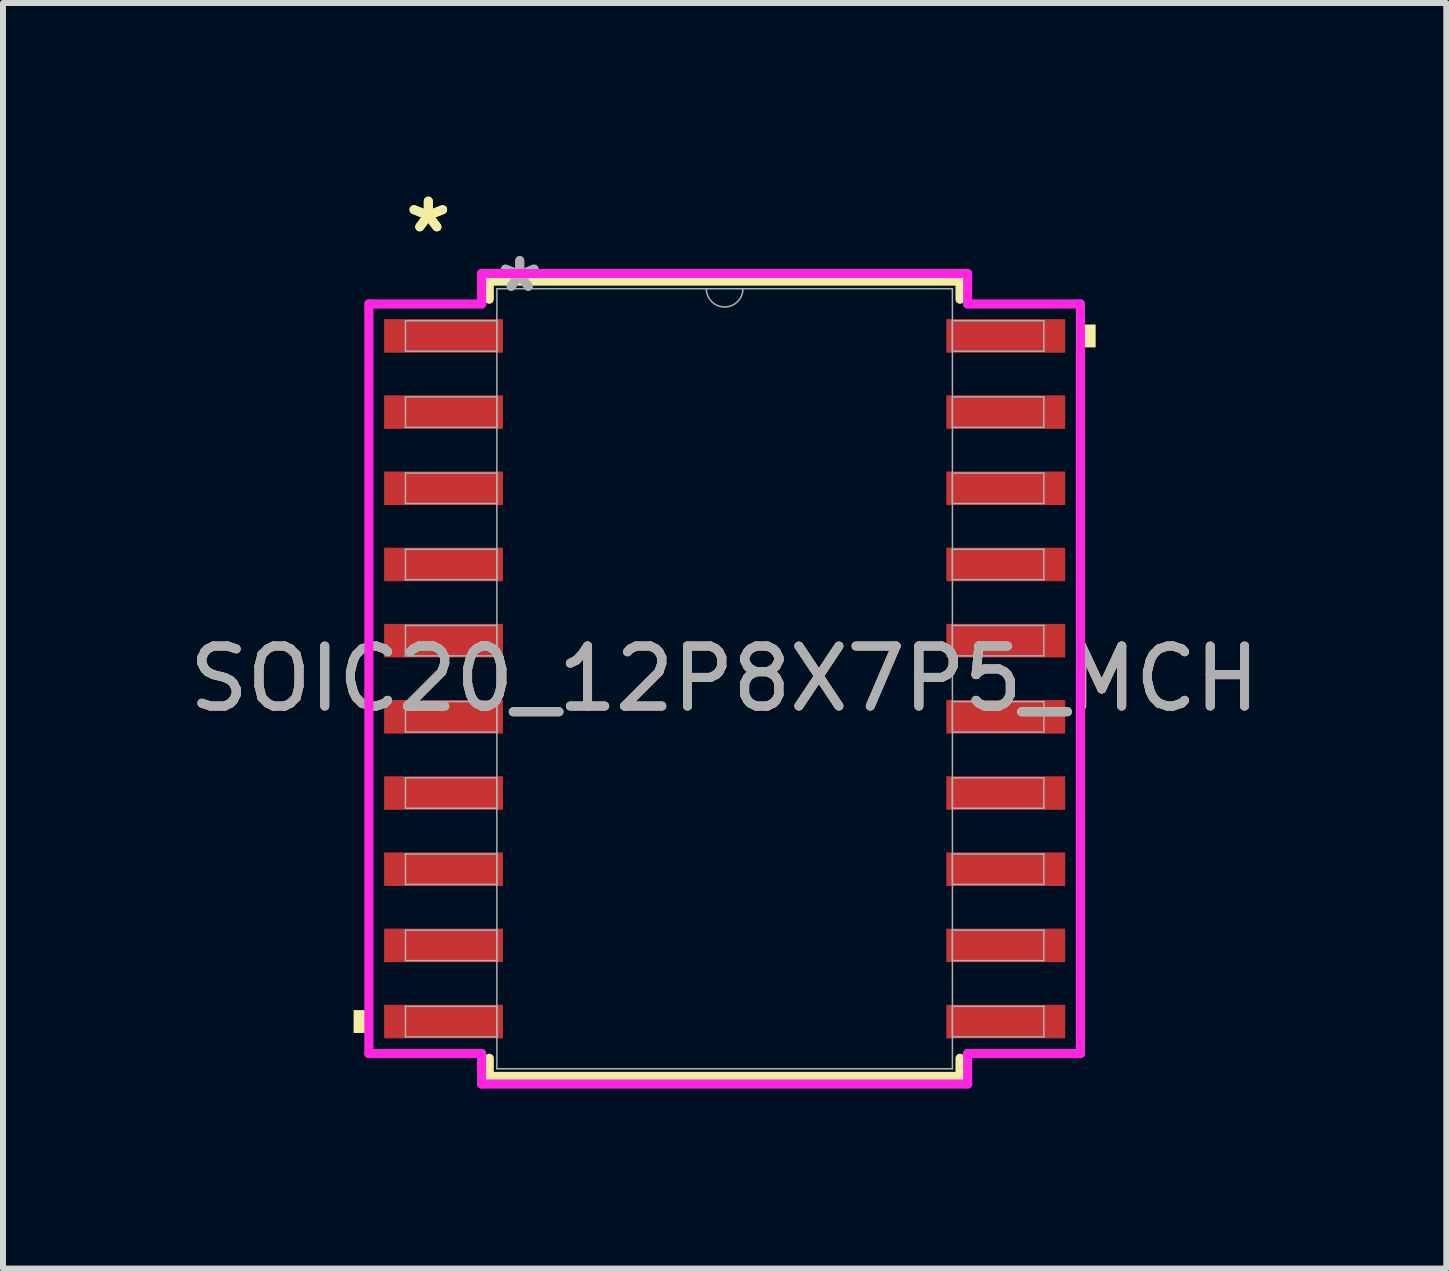
<source format=kicad_pcb>
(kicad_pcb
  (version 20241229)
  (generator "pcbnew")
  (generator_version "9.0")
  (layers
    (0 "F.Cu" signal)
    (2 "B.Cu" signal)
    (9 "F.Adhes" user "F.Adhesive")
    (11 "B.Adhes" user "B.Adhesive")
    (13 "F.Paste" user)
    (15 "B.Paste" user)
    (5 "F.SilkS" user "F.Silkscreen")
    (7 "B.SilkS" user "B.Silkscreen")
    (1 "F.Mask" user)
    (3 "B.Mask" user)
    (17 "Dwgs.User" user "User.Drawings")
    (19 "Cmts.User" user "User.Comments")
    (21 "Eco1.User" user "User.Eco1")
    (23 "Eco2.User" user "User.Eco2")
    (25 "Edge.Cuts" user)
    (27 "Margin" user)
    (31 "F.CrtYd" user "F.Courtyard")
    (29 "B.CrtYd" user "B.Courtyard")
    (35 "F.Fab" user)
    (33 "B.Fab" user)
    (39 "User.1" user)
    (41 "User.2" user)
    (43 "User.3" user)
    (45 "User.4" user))
  (footprint "SOIC20_12P8X7P5_MCH"
    (layer "F.Cu")
    (at 9.03 8.265)
    (property "Reference" "SOIC20_12P8X7P5_MCH" (at 0 0 0) (unlocked yes) (layer "F.SilkS") (effects (font (size 1 1) (thickness 0.15))))
    (attr smd)
    (fp_line (start -3.924 -6.629) (end -3.924 -6.327) (stroke (width 0.152) (type solid)) (layer "F.SilkS"))
    (fp_line (start -3.924 6.327) (end -3.924 6.629) (stroke (width 0.152) (type solid)) (layer "F.SilkS"))
    (fp_line (start -3.924 6.629) (end 3.924 6.629) (stroke (width 0.152) (type solid)) (layer "F.SilkS"))
    (fp_line (start 3.924 -6.629) (end -3.924 -6.629) (stroke (width 0.152) (type solid)) (layer "F.SilkS"))
    (fp_line (start 3.924 -6.327) (end 3.924 -6.629) (stroke (width 0.152) (type solid)) (layer "F.SilkS"))
    (fp_line (start 3.924 6.629) (end 3.924 6.327) (stroke (width 0.152) (type solid)) (layer "F.SilkS"))
    (fp_poly (pts (xy -6.185 5.524) (xy -6.185 5.905) (xy -5.931 5.905) (xy -5.931 5.524)) (stroke (width 0) (type solid)) (fill yes) (layer "F.SilkS"))
    (fp_poly (pts (xy 6.185 -5.905) (xy 6.185 -5.524) (xy 5.931 -5.524) (xy 5.931 -5.905)) (stroke (width 0) (type solid)) (fill yes) (layer "F.SilkS"))
    (fp_line (start -5.931 -6.248) (end -4.051 -6.248) (stroke (width 0.152) (type solid)) (layer "F.CrtYd"))
    (fp_line (start -5.931 6.248) (end -5.931 -6.248) (stroke (width 0.152) (type solid)) (layer "F.CrtYd"))
    (fp_line (start -5.931 6.248) (end -4.051 6.248) (stroke (width 0.152) (type solid)) (layer "F.CrtYd"))
    (fp_line (start -4.051 -6.756) (end 4.051 -6.756) (stroke (width 0.152) (type solid)) (layer "F.CrtYd"))
    (fp_line (start -4.051 -6.248) (end -4.051 -6.756) (stroke (width 0.152) (type solid)) (layer "F.CrtYd"))
    (fp_line (start -4.051 6.756) (end -4.051 6.248) (stroke (width 0.152) (type solid)) (layer "F.CrtYd"))
    (fp_line (start 4.051 -6.756) (end 4.051 -6.248) (stroke (width 0.152) (type solid)) (layer "F.CrtYd"))
    (fp_line (start 4.051 6.248) (end 4.051 6.756) (stroke (width 0.152) (type solid)) (layer "F.CrtYd"))
    (fp_line (start 4.051 6.756) (end -4.051 6.756) (stroke (width 0.152) (type solid)) (layer "F.CrtYd"))
    (fp_line (start 5.931 -6.248) (end 4.051 -6.248) (stroke (width 0.152) (type solid)) (layer "F.CrtYd"))
    (fp_line (start 5.931 -6.248) (end 5.931 6.248) (stroke (width 0.152) (type solid)) (layer "F.CrtYd"))
    (fp_line (start 5.931 6.248) (end 4.051 6.248) (stroke (width 0.152) (type solid)) (layer "F.CrtYd"))
    (fp_line (start -5.321 -5.969) (end -5.321 -5.461) (stroke (width 0.025) (type solid)) (layer "F.Fab"))
    (fp_line (start -5.321 -5.461) (end -3.797 -5.461) (stroke (width 0.025) (type solid)) (layer "F.Fab"))
    (fp_line (start -5.321 -4.699) (end -5.321 -4.191) (stroke (width 0.025) (type solid)) (layer "F.Fab"))
    (fp_line (start -5.321 -4.191) (end -3.797 -4.191) (stroke (width 0.025) (type solid)) (layer "F.Fab"))
    (fp_line (start -5.321 -3.429) (end -5.321 -2.921) (stroke (width 0.025) (type solid)) (layer "F.Fab"))
    (fp_line (start -5.321 -2.921) (end -3.797 -2.921) (stroke (width 0.025) (type solid)) (layer "F.Fab"))
    (fp_line (start -5.321 -2.159) (end -5.321 -1.651) (stroke (width 0.025) (type solid)) (layer "F.Fab"))
    (fp_line (start -5.321 -1.651) (end -3.797 -1.651) (stroke (width 0.025) (type solid)) (layer "F.Fab"))
    (fp_line (start -5.321 -0.889) (end -5.321 -0.381) (stroke (width 0.025) (type solid)) (layer "F.Fab"))
    (fp_line (start -5.321 -0.381) (end -3.797 -0.381) (stroke (width 0.025) (type solid)) (layer "F.Fab"))
    (fp_line (start -5.321 0.381) (end -5.321 0.889) (stroke (width 0.025) (type solid)) (layer "F.Fab"))
    (fp_line (start -5.321 0.889) (end -3.797 0.889) (stroke (width 0.025) (type solid)) (layer "F.Fab"))
    (fp_line (start -5.321 1.651) (end -5.321 2.159) (stroke (width 0.025) (type solid)) (layer "F.Fab"))
    (fp_line (start -5.321 2.159) (end -3.797 2.159) (stroke (width 0.025) (type solid)) (layer "F.Fab"))
    (fp_line (start -5.321 2.921) (end -5.321 3.429) (stroke (width 0.025) (type solid)) (layer "F.Fab"))
    (fp_line (start -5.321 3.429) (end -3.797 3.429) (stroke (width 0.025) (type solid)) (layer "F.Fab"))
    (fp_line (start -5.321 4.191) (end -5.321 4.699) (stroke (width 0.025) (type solid)) (layer "F.Fab"))
    (fp_line (start -5.321 4.699) (end -3.797 4.699) (stroke (width 0.025) (type solid)) (layer "F.Fab"))
    (fp_line (start -5.321 5.461) (end -5.321 5.969) (stroke (width 0.025) (type solid)) (layer "F.Fab"))
    (fp_line (start -5.321 5.969) (end -3.797 5.969) (stroke (width 0.025) (type solid)) (layer "F.Fab"))
    (fp_line (start -3.797 -6.502) (end -3.797 6.502) (stroke (width 0.025) (type solid)) (layer "F.Fab"))
    (fp_line (start -3.797 -5.969) (end -5.321 -5.969) (stroke (width 0.025) (type solid)) (layer "F.Fab"))
    (fp_line (start -3.797 -5.461) (end -3.797 -5.969) (stroke (width 0.025) (type solid)) (layer "F.Fab"))
    (fp_line (start -3.797 -4.699) (end -5.321 -4.699) (stroke (width 0.025) (type solid)) (layer "F.Fab"))
    (fp_line (start -3.797 -4.191) (end -3.797 -4.699) (stroke (width 0.025) (type solid)) (layer "F.Fab"))
    (fp_line (start -3.797 -3.429) (end -5.321 -3.429) (stroke (width 0.025) (type solid)) (layer "F.Fab"))
    (fp_line (start -3.797 -2.921) (end -3.797 -3.429) (stroke (width 0.025) (type solid)) (layer "F.Fab"))
    (fp_line (start -3.797 -2.159) (end -5.321 -2.159) (stroke (width 0.025) (type solid)) (layer "F.Fab"))
    (fp_line (start -3.797 -1.651) (end -3.797 -2.159) (stroke (width 0.025) (type solid)) (layer "F.Fab"))
    (fp_line (start -3.797 -0.889) (end -5.321 -0.889) (stroke (width 0.025) (type solid)) (layer "F.Fab"))
    (fp_line (start -3.797 -0.381) (end -3.797 -0.889) (stroke (width 0.025) (type solid)) (layer "F.Fab"))
    (fp_line (start -3.797 0.381) (end -5.321 0.381) (stroke (width 0.025) (type solid)) (layer "F.Fab"))
    (fp_line (start -3.797 0.889) (end -3.797 0.381) (stroke (width 0.025) (type solid)) (layer "F.Fab"))
    (fp_line (start -3.797 1.651) (end -5.321 1.651) (stroke (width 0.025) (type solid)) (layer "F.Fab"))
    (fp_line (start -3.797 2.159) (end -3.797 1.651) (stroke (width 0.025) (type solid)) (layer "F.Fab"))
    (fp_line (start -3.797 2.921) (end -5.321 2.921) (stroke (width 0.025) (type solid)) (layer "F.Fab"))
    (fp_line (start -3.797 3.429) (end -3.797 2.921) (stroke (width 0.025) (type solid)) (layer "F.Fab"))
    (fp_line (start -3.797 4.191) (end -5.321 4.191) (stroke (width 0.025) (type solid)) (layer "F.Fab"))
    (fp_line (start -3.797 4.699) (end -3.797 4.191) (stroke (width 0.025) (type solid)) (layer "F.Fab"))
    (fp_line (start -3.797 5.461) (end -5.321 5.461) (stroke (width 0.025) (type solid)) (layer "F.Fab"))
    (fp_line (start -3.797 5.969) (end -3.797 5.461) (stroke (width 0.025) (type solid)) (layer "F.Fab"))
    (fp_line (start -3.797 6.502) (end 3.797 6.502) (stroke (width 0.025) (type solid)) (layer "F.Fab"))
    (fp_line (start 3.797 -6.502) (end -3.797 -6.502) (stroke (width 0.025) (type solid)) (layer "F.Fab"))
    (fp_line (start 3.797 -5.969) (end 3.797 -5.461) (stroke (width 0.025) (type solid)) (layer "F.Fab"))
    (fp_line (start 3.797 -5.461) (end 5.321 -5.461) (stroke (width 0.025) (type solid)) (layer "F.Fab"))
    (fp_line (start 3.797 -4.699) (end 3.797 -4.191) (stroke (width 0.025) (type solid)) (layer "F.Fab"))
    (fp_line (start 3.797 -4.191) (end 5.321 -4.191) (stroke (width 0.025) (type solid)) (layer "F.Fab"))
    (fp_line (start 3.797 -3.429) (end 3.797 -2.921) (stroke (width 0.025) (type solid)) (layer "F.Fab"))
    (fp_line (start 3.797 -2.921) (end 5.321 -2.921) (stroke (width 0.025) (type solid)) (layer "F.Fab"))
    (fp_line (start 3.797 -2.159) (end 3.797 -1.651) (stroke (width 0.025) (type solid)) (layer "F.Fab"))
    (fp_line (start 3.797 -1.651) (end 5.321 -1.651) (stroke (width 0.025) (type solid)) (layer "F.Fab"))
    (fp_line (start 3.797 -0.889) (end 3.797 -0.381) (stroke (width 0.025) (type solid)) (layer "F.Fab"))
    (fp_line (start 3.797 -0.381) (end 5.321 -0.381) (stroke (width 0.025) (type solid)) (layer "F.Fab"))
    (fp_line (start 3.797 0.381) (end 3.797 0.889) (stroke (width 0.025) (type solid)) (layer "F.Fab"))
    (fp_line (start 3.797 0.889) (end 5.321 0.889) (stroke (width 0.025) (type solid)) (layer "F.Fab"))
    (fp_line (start 3.797 1.651) (end 3.797 2.159) (stroke (width 0.025) (type solid)) (layer "F.Fab"))
    (fp_line (start 3.797 2.159) (end 5.321 2.159) (stroke (width 0.025) (type solid)) (layer "F.Fab"))
    (fp_line (start 3.797 2.921) (end 3.797 3.429) (stroke (width 0.025) (type solid)) (layer "F.Fab"))
    (fp_line (start 3.797 3.429) (end 5.321 3.429) (stroke (width 0.025) (type solid)) (layer "F.Fab"))
    (fp_line (start 3.797 4.191) (end 3.797 4.699) (stroke (width 0.025) (type solid)) (layer "F.Fab"))
    (fp_line (start 3.797 4.699) (end 5.321 4.699) (stroke (width 0.025) (type solid)) (layer "F.Fab"))
    (fp_line (start 3.797 5.461) (end 3.797 5.969) (stroke (width 0.025) (type solid)) (layer "F.Fab"))
    (fp_line (start 3.797 5.969) (end 5.321 5.969) (stroke (width 0.025) (type solid)) (layer "F.Fab"))
    (fp_line (start 3.797 6.502) (end 3.797 -6.502) (stroke (width 0.025) (type solid)) (layer "F.Fab"))
    (fp_line (start 5.321 -5.969) (end 3.797 -5.969) (stroke (width 0.025) (type solid)) (layer "F.Fab"))
    (fp_line (start 5.321 -5.461) (end 5.321 -5.969) (stroke (width 0.025) (type solid)) (layer "F.Fab"))
    (fp_line (start 5.321 -4.699) (end 3.797 -4.699) (stroke (width 0.025) (type solid)) (layer "F.Fab"))
    (fp_line (start 5.321 -4.191) (end 5.321 -4.699) (stroke (width 0.025) (type solid)) (layer "F.Fab"))
    (fp_line (start 5.321 -3.429) (end 3.797 -3.429) (stroke (width 0.025) (type solid)) (layer "F.Fab"))
    (fp_line (start 5.321 -2.921) (end 5.321 -3.429) (stroke (width 0.025) (type solid)) (layer "F.Fab"))
    (fp_line (start 5.321 -2.159) (end 3.797 -2.159) (stroke (width 0.025) (type solid)) (layer "F.Fab"))
    (fp_line (start 5.321 -1.651) (end 5.321 -2.159) (stroke (width 0.025) (type solid)) (layer "F.Fab"))
    (fp_line (start 5.321 -0.889) (end 3.797 -0.889) (stroke (width 0.025) (type solid)) (layer "F.Fab"))
    (fp_line (start 5.321 -0.381) (end 5.321 -0.889) (stroke (width 0.025) (type solid)) (layer "F.Fab"))
    (fp_line (start 5.321 0.381) (end 3.797 0.381) (stroke (width 0.025) (type solid)) (layer "F.Fab"))
    (fp_line (start 5.321 0.889) (end 5.321 0.381) (stroke (width 0.025) (type solid)) (layer "F.Fab"))
    (fp_line (start 5.321 1.651) (end 3.797 1.651) (stroke (width 0.025) (type solid)) (layer "F.Fab"))
    (fp_line (start 5.321 2.159) (end 5.321 1.651) (stroke (width 0.025) (type solid)) (layer "F.Fab"))
    (fp_line (start 5.321 2.921) (end 3.797 2.921) (stroke (width 0.025) (type solid)) (layer "F.Fab"))
    (fp_line (start 5.321 3.429) (end 5.321 2.921) (stroke (width 0.025) (type solid)) (layer "F.Fab"))
    (fp_line (start 5.321 4.191) (end 3.797 4.191) (stroke (width 0.025) (type solid)) (layer "F.Fab"))
    (fp_line (start 5.321 4.699) (end 5.321 4.191) (stroke (width 0.025) (type solid)) (layer "F.Fab"))
    (fp_line (start 5.321 5.461) (end 3.797 5.461) (stroke (width 0.025) (type solid)) (layer "F.Fab"))
    (fp_line (start 5.321 5.969) (end 5.321 5.461) (stroke (width 0.025) (type solid)) (layer "F.Fab"))
    (fp_arc (start 0.3048 -6.5024) (mid 0 -6.1976) (end -0.3048 -6.5024) (stroke (width 0.0254) (type solid)) (layer "F.Fab"))
    (fp_text user "*" (at -4.94 -7.417 0) (unlocked yes) (layer "F.SilkS") (effects (font (size 1 1) (thickness 0.15))))
    (fp_text user "*" (at -4.94 -7.417 0) (layer "F.SilkS") (effects (font (size 1 1) (thickness 0.15))))
    (fp_text user "*" (at -3.416 -6.426 0) (layer "F.Fab") (effects (font (size 1 1) (thickness 0.15))))
    (fp_text user "${REFERENCE}" (at 0 0 0) (unlocked yes) (layer "F.Fab") (effects (font (size 1 1) (thickness 0.15))))
    (fp_text user "*" (at -3.416 -6.426 0) (unlocked yes) (layer "F.Fab") (effects (font (size 1 1) (thickness 0.15))))
    (pad "1" smd rect (at -4.686 -5.715) (size 1.981 0.559) (layers "F.Cu" "F.Mask" "F.Paste"))
    (pad "2" smd rect (at -4.686 -4.445) (size 1.981 0.559) (layers "F.Cu" "F.Mask" "F.Paste"))
    (pad "3" smd rect (at -4.686 -3.175) (size 1.981 0.559) (layers "F.Cu" "F.Mask" "F.Paste"))
    (pad "4" smd rect (at -4.686 -1.905) (size 1.981 0.559) (layers "F.Cu" "F.Mask" "F.Paste"))
    (pad "5" smd rect (at -4.686 -0.635) (size 1.981 0.559) (layers "F.Cu" "F.Mask" "F.Paste"))
    (pad "6" smd rect (at -4.686 0.635) (size 1.981 0.559) (layers "F.Cu" "F.Mask" "F.Paste"))
    (pad "7" smd rect (at -4.686 1.905) (size 1.981 0.559) (layers "F.Cu" "F.Mask" "F.Paste"))
    (pad "8" smd rect (at -4.686 3.175) (size 1.981 0.559) (layers "F.Cu" "F.Mask" "F.Paste"))
    (pad "9" smd rect (at -4.686 4.445) (size 1.981 0.559) (layers "F.Cu" "F.Mask" "F.Paste"))
    (pad "10" smd rect (at -4.686 5.715) (size 1.981 0.559) (layers "F.Cu" "F.Mask" "F.Paste"))
    (pad "11" smd rect (at 4.686 5.715) (size 1.981 0.559) (layers "F.Cu" "F.Mask" "F.Paste"))
    (pad "12" smd rect (at 4.686 4.445) (size 1.981 0.559) (layers "F.Cu" "F.Mask" "F.Paste"))
    (pad "13" smd rect (at 4.686 3.175) (size 1.981 0.559) (layers "F.Cu" "F.Mask" "F.Paste"))
    (pad "14" smd rect (at 4.686 1.905) (size 1.981 0.559) (layers "F.Cu" "F.Mask" "F.Paste"))
    (pad "15" smd rect (at 4.686 0.635) (size 1.981 0.559) (layers "F.Cu" "F.Mask" "F.Paste"))
    (pad "16" smd rect (at 4.686 -0.635) (size 1.981 0.559) (layers "F.Cu" "F.Mask" "F.Paste"))
    (pad "17" smd rect (at 4.686 -1.905) (size 1.981 0.559) (layers "F.Cu" "F.Mask" "F.Paste"))
    (pad "18" smd rect (at 4.686 -3.175) (size 1.981 0.559) (layers "F.Cu" "F.Mask" "F.Paste"))
    (pad "19" smd rect (at 4.686 -4.445) (size 1.981 0.559) (layers "F.Cu" "F.Mask" "F.Paste"))
    (pad "20" smd rect (at 4.686 -5.715) (size 1.981 0.559) (layers "F.Cu" "F.Mask" "F.Paste")))
  (gr_rect
    (start -3 -3)
    (end 21.06 18.098)
    (stroke (width 0.1) (type default))
    (fill no)
    (layer "Edge.Cuts")))
</source>
